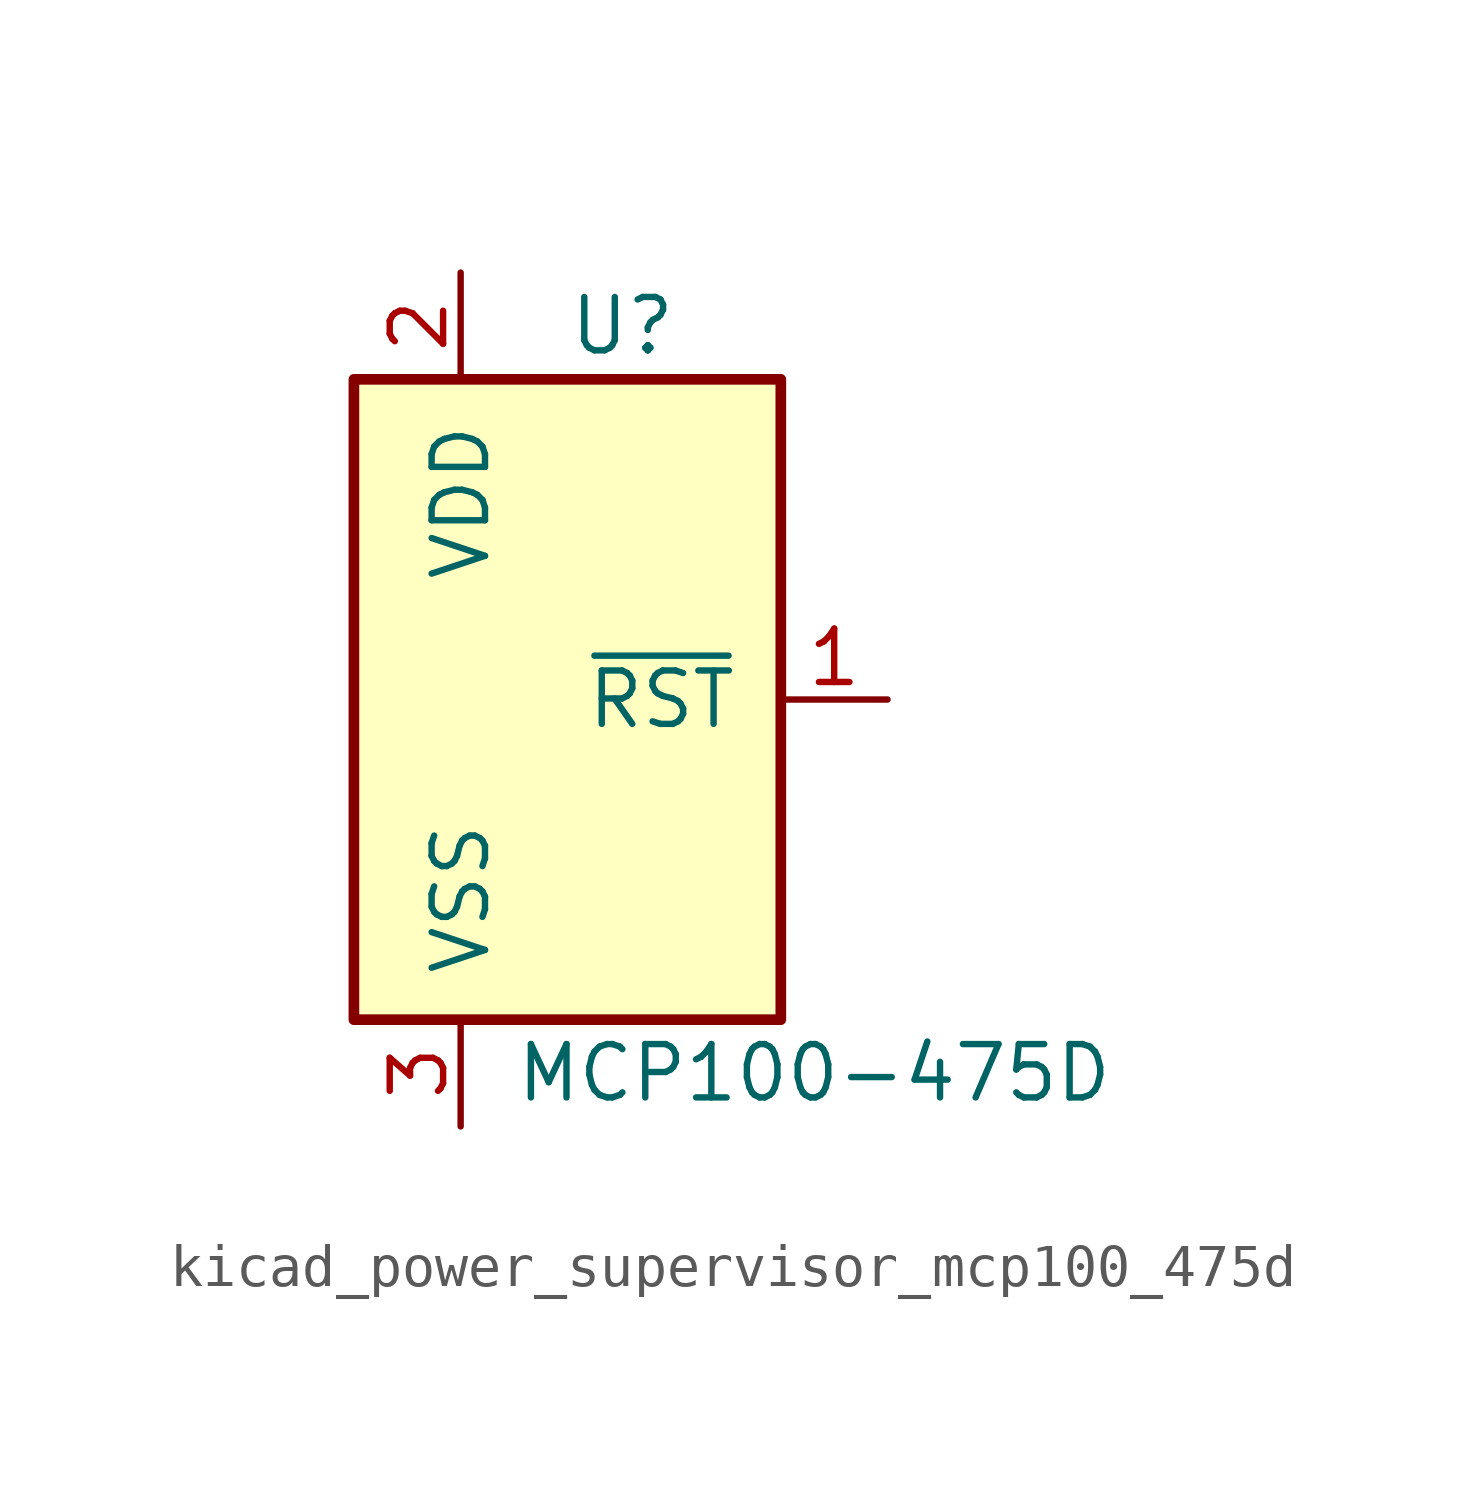
<source format=kicad_sym>
(kicad_symbol_lib
  (version 20220914)
  (generator kicad_symbol_editor)
  (symbol "kicad_power_supervisor_mcp100_475d"
    (pin_names
      (offset 1.016))
    (property "Reference" "U"
      (at 0 8.89 0)
      (effects (font (size 1.27 1.27)) (justify left)))
    (property "Value" "MCP100-475D"
      (at -1.27 -8.89 0)
      (effects (font (size 1.27 1.27)) (justify left)))
    (symbol "kicad_power_supervisor_mcp100_475d_1_1"
      (rectangle (start -5.08 7.62) (end 5.08 -7.62) (stroke (width 0.254) (type default)) (fill (type background)))
      (pin output line (at 7.62 0 180) (length 2.54) (name "~{RST}" (effects (font (size 1.27 1.27)))) (number "1" (effects (font (size 1.27 1.27)))))
      (pin power_in line (at -2.54 10.16 270) (length 2.54) (name "VDD" (effects (font (size 1.27 1.27)))) (number "2" (effects (font (size 1.27 1.27)))))
      (pin power_in line (at -2.54 -10.16 90) (length 2.54) (name "VSS" (effects (font (size 1.27 1.27)))) (number "3" (effects (font (size 1.27 1.27))))))))
</source>
